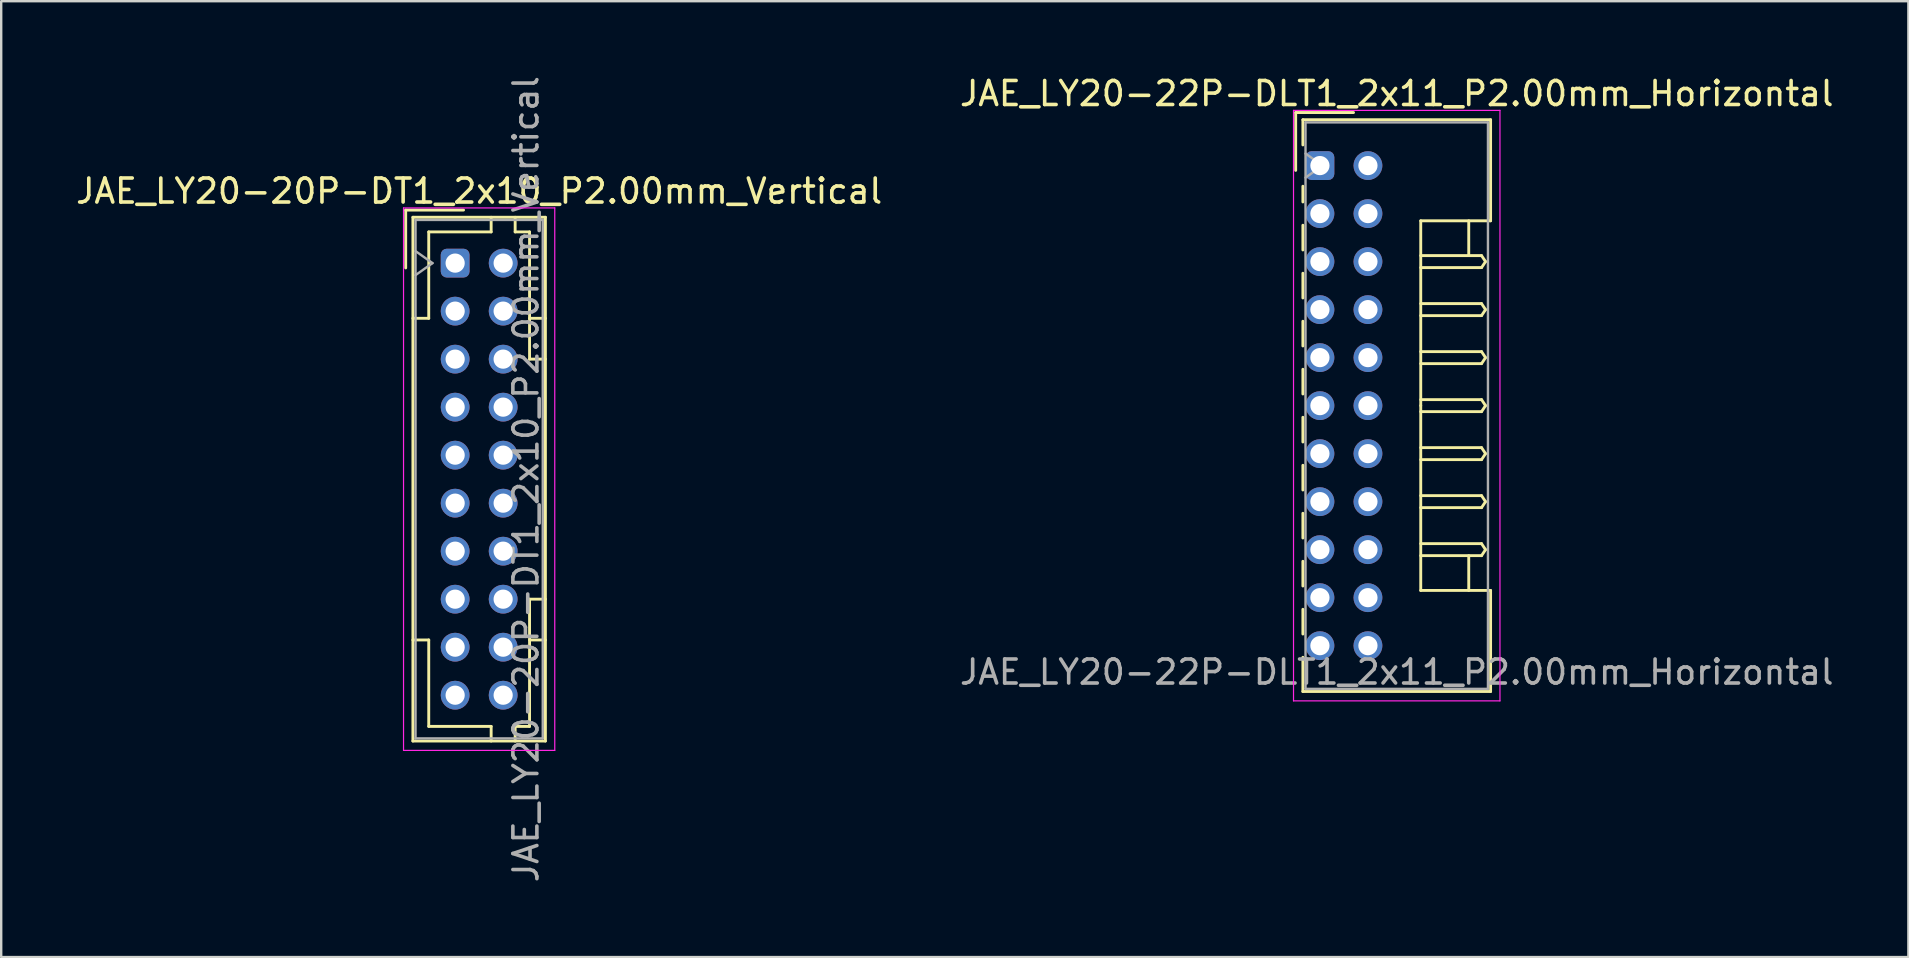
<source format=kicad_pcb>
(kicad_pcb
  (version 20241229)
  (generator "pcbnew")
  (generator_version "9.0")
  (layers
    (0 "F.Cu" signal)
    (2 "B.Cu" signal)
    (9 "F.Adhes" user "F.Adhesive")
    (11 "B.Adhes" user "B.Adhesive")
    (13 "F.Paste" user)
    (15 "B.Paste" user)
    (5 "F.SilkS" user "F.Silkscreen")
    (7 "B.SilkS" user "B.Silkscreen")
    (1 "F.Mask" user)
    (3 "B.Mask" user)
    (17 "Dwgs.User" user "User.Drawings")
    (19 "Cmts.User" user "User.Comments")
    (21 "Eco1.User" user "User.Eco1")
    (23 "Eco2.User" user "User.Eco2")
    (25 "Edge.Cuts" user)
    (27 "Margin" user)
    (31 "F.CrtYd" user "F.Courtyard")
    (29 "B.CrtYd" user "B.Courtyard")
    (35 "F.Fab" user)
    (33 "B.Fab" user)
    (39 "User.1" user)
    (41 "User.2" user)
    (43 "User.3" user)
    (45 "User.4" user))
  (footprint "JAE_LY20-20P-DT1_2x10_P2.00mm_Vertical"
    (layer "F.Cu")
    (at 15.911 7.911)
    (property "Reference" "JAE_LY20-20P-DT1_2x10_P2.00mm_Vertical" (at 1 -3 0) (layer "F.SilkS") (effects (font (size 1 1) (thickness 0.15))))
    (attr through_hole)
    (fp_line (start -2.06 -2.21) (end -2.06 0.2) (stroke (width 0.12) (type solid)) (layer "F.SilkS"))
    (fp_line (start -1.76 -1.91) (end -1.76 19.91) (stroke (width 0.12) (type solid)) (layer "F.SilkS"))
    (fp_line (start -1.76 19.91) (end 3.76 19.91) (stroke (width 0.12) (type solid)) (layer "F.SilkS"))
    (fp_line (start -1.1 -1.3) (end -1.1 2.3) (stroke (width 0.12) (type solid)) (layer "F.SilkS"))
    (fp_line (start -1.1 2.3) (end -1.76 2.3) (stroke (width 0.12) (type solid)) (layer "F.SilkS"))
    (fp_line (start -1.1 15.7) (end -1.76 15.7) (stroke (width 0.12) (type solid)) (layer "F.SilkS"))
    (fp_line (start -1.1 19.3) (end -1.1 15.7) (stroke (width 0.12) (type solid)) (layer "F.SilkS"))
    (fp_line (start 0.35 -2.21) (end -2.06 -2.21) (stroke (width 0.12) (type solid)) (layer "F.SilkS"))
    (fp_line (start 1.5 -1.91) (end 1.5 -1.3) (stroke (width 0.12) (type solid)) (layer "F.SilkS"))
    (fp_line (start 1.5 -1.3) (end -1.1 -1.3) (stroke (width 0.12) (type solid)) (layer "F.SilkS"))
    (fp_line (start 1.5 19.3) (end -1.1 19.3) (stroke (width 0.12) (type solid)) (layer "F.SilkS"))
    (fp_line (start 1.5 19.91) (end 1.5 19.3) (stroke (width 0.12) (type solid)) (layer "F.SilkS"))
    (fp_line (start 2.5 -1.91) (end 2.5 -1.3) (stroke (width 0.12) (type solid)) (layer "F.SilkS"))
    (fp_line (start 2.5 -1.3) (end 3.1 -1.3) (stroke (width 0.12) (type solid)) (layer "F.SilkS"))
    (fp_line (start 2.5 19.3) (end 3.1 19.3) (stroke (width 0.12) (type solid)) (layer "F.SilkS"))
    (fp_line (start 2.5 19.91) (end 2.5 19.3) (stroke (width 0.12) (type solid)) (layer "F.SilkS"))
    (fp_line (start 3.1 -1.3) (end 3.1 4) (stroke (width 0.12) (type solid)) (layer "F.SilkS"))
    (fp_line (start 3.1 4) (end 3.76 4) (stroke (width 0.12) (type solid)) (layer "F.SilkS"))
    (fp_line (start 3.1 14) (end 3.76 14) (stroke (width 0.12) (type solid)) (layer "F.SilkS"))
    (fp_line (start 3.1 19.3) (end 3.1 14) (stroke (width 0.12) (type solid)) (layer "F.SilkS"))
    (fp_line (start 3.76 -1.91) (end -1.76 -1.91) (stroke (width 0.12) (type solid)) (layer "F.SilkS"))
    (fp_line (start 3.76 2.3) (end 3.1 2.3) (stroke (width 0.12) (type solid)) (layer "F.SilkS"))
    (fp_line (start 3.76 15.7) (end 3.1 15.7) (stroke (width 0.12) (type solid)) (layer "F.SilkS"))
    (fp_line (start 3.76 19.91) (end 3.76 -1.91) (stroke (width 0.12) (type solid)) (layer "F.SilkS"))
    (fp_line (start -2.15 -2.3) (end -2.15 20.3) (stroke (width 0.05) (type solid)) (layer "F.CrtYd"))
    (fp_line (start -2.15 20.3) (end 4.15 20.3) (stroke (width 0.05) (type solid)) (layer "F.CrtYd"))
    (fp_line (start 4.15 -2.3) (end -2.15 -2.3) (stroke (width 0.05) (type solid)) (layer "F.CrtYd"))
    (fp_line (start 4.15 20.3) (end 4.15 -2.3) (stroke (width 0.05) (type solid)) (layer "F.CrtYd"))
    (fp_line (start -1.65 -1.8) (end -1.65 19.8) (stroke (width 0.1) (type solid)) (layer "F.Fab"))
    (fp_line (start -1.65 0.5) (end -0.943 0) (stroke (width 0.1) (type solid)) (layer "F.Fab"))
    (fp_line (start -1.65 19.8) (end 3.65 19.8) (stroke (width 0.1) (type solid)) (layer "F.Fab"))
    (fp_line (start -0.943 0) (end -1.65 -0.5) (stroke (width 0.1) (type solid)) (layer "F.Fab"))
    (fp_line (start 3.65 -1.8) (end -1.65 -1.8) (stroke (width 0.1) (type solid)) (layer "F.Fab"))
    (fp_line (start 3.65 19.8) (end 3.65 -1.8) (stroke (width 0.1) (type solid)) (layer "F.Fab"))
    (fp_text user "${REFERENCE}" (at 2.95 9 90) (layer "F.Fab") (effects (font (size 1 1) (thickness 0.15))))
    (pad "a1" thru_hole roundrect (at 0 0) (size 1.2 1.2) (drill 0.8) (layers "*.Cu" "*.Mask") (roundrect_rratio 0.208))
    (pad "a2" thru_hole circle (at 0 2) (size 1.2 1.2) (drill 0.8) (layers "*.Cu" "*.Mask"))
    (pad "a3" thru_hole circle (at 0 4) (size 1.2 1.2) (drill 0.8) (layers "*.Cu" "*.Mask"))
    (pad "a4" thru_hole circle (at 0 6) (size 1.2 1.2) (drill 0.8) (layers "*.Cu" "*.Mask"))
    (pad "a5" thru_hole circle (at 0 8) (size 1.2 1.2) (drill 0.8) (layers "*.Cu" "*.Mask"))
    (pad "a6" thru_hole circle (at 0 10) (size 1.2 1.2) (drill 0.8) (layers "*.Cu" "*.Mask"))
    (pad "a7" thru_hole circle (at 0 12) (size 1.2 1.2) (drill 0.8) (layers "*.Cu" "*.Mask"))
    (pad "a8" thru_hole circle (at 0 14) (size 1.2 1.2) (drill 0.8) (layers "*.Cu" "*.Mask"))
    (pad "a9" thru_hole circle (at 0 16) (size 1.2 1.2) (drill 0.8) (layers "*.Cu" "*.Mask"))
    (pad "a10" thru_hole circle (at 0 18) (size 1.2 1.2) (drill 0.8) (layers "*.Cu" "*.Mask"))
    (pad "b1" thru_hole circle (at 2 0) (size 1.2 1.2) (drill 0.8) (layers "*.Cu" "*.Mask"))
    (pad "b2" thru_hole circle (at 2 2) (size 1.2 1.2) (drill 0.8) (layers "*.Cu" "*.Mask"))
    (pad "b3" thru_hole circle (at 2 4) (size 1.2 1.2) (drill 0.8) (layers "*.Cu" "*.Mask"))
    (pad "b4" thru_hole circle (at 2 6) (size 1.2 1.2) (drill 0.8) (layers "*.Cu" "*.Mask"))
    (pad "b5" thru_hole circle (at 2 8) (size 1.2 1.2) (drill 0.8) (layers "*.Cu" "*.Mask"))
    (pad "b6" thru_hole circle (at 2 10) (size 1.2 1.2) (drill 0.8) (layers "*.Cu" "*.Mask"))
    (pad "b7" thru_hole circle (at 2 12) (size 1.2 1.2) (drill 0.8) (layers "*.Cu" "*.Mask"))
    (pad "b8" thru_hole circle (at 2 14) (size 1.2 1.2) (drill 0.8) (layers "*.Cu" "*.Mask"))
    (pad "b9" thru_hole circle (at 2 16) (size 1.2 1.2) (drill 0.8) (layers "*.Cu" "*.Mask"))
    (pad "b10" thru_hole circle (at 2 18) (size 1.2 1.2) (drill 0.8) (layers "*.Cu" "*.Mask")))
  (footprint "JAE_LY20-22P-DLT1_2x11_P2.00mm_Horizontal"
    (layer "F.Cu")
    (at 51.937 3.848)
    (property "Reference" "JAE_LY20-22P-DLT1_2x11_P2.00mm_Horizontal" (at 3.2 -3 0) (layer "F.SilkS") (effects (font (size 1 1) (thickness 0.15))))
    (attr through_hole)
    (fp_line (start -1.01 -2.21) (end -1.01 0.2) (stroke (width 0.12) (type solid)) (layer "F.SilkS"))
    (fp_line (start -0.71 -1.91) (end -0.71 -0.86) (stroke (width 0.12) (type solid)) (layer "F.SilkS"))
    (fp_line (start -0.71 -1.91) (end 7.11 -1.91) (stroke (width 0.12) (type solid)) (layer "F.SilkS"))
    (fp_line (start -0.71 0.86) (end -0.71 1.515) (stroke (width 0.12) (type solid)) (layer "F.SilkS"))
    (fp_line (start -0.71 2.485) (end -0.71 3.515) (stroke (width 0.12) (type solid)) (layer "F.SilkS"))
    (fp_line (start -0.71 4.485) (end -0.71 5.515) (stroke (width 0.12) (type solid)) (layer "F.SilkS"))
    (fp_line (start -0.71 6.485) (end -0.71 7.515) (stroke (width 0.12) (type solid)) (layer "F.SilkS"))
    (fp_line (start -0.71 8.485) (end -0.71 9.515) (stroke (width 0.12) (type solid)) (layer "F.SilkS"))
    (fp_line (start -0.71 10.485) (end -0.71 11.515) (stroke (width 0.12) (type solid)) (layer "F.SilkS"))
    (fp_line (start -0.71 12.485) (end -0.71 13.515) (stroke (width 0.12) (type solid)) (layer "F.SilkS"))
    (fp_line (start -0.71 14.485) (end -0.71 15.515) (stroke (width 0.12) (type solid)) (layer "F.SilkS"))
    (fp_line (start -0.71 16.485) (end -0.71 17.515) (stroke (width 0.12) (type solid)) (layer "F.SilkS"))
    (fp_line (start -0.71 18.485) (end -0.71 19.515) (stroke (width 0.12) (type solid)) (layer "F.SilkS"))
    (fp_line (start -0.71 20.485) (end -0.71 21.91) (stroke (width 0.12) (type solid)) (layer "F.SilkS"))
    (fp_line (start -0.71 21.91) (end 7.11 21.91) (stroke (width 0.12) (type solid)) (layer "F.SilkS"))
    (fp_line (start 1.4 -2.21) (end -1.01 -2.21) (stroke (width 0.12) (type solid)) (layer "F.SilkS"))
    (fp_line (start 4.2 2.3) (end 4.2 10) (stroke (width 0.12) (type solid)) (layer "F.SilkS"))
    (fp_line (start 4.2 3.75) (end 6.733 3.75) (stroke (width 0.12) (type solid)) (layer "F.SilkS"))
    (fp_line (start 4.2 5.75) (end 6.733 5.75) (stroke (width 0.12) (type solid)) (layer "F.SilkS"))
    (fp_line (start 4.2 7.75) (end 6.733 7.75) (stroke (width 0.12) (type solid)) (layer "F.SilkS"))
    (fp_line (start 4.2 9.75) (end 6.733 9.75) (stroke (width 0.12) (type solid)) (layer "F.SilkS"))
    (fp_line (start 4.2 11.75) (end 6.733 11.75) (stroke (width 0.12) (type solid)) (layer "F.SilkS"))
    (fp_line (start 4.2 13.75) (end 6.733 13.75) (stroke (width 0.12) (type solid)) (layer "F.SilkS"))
    (fp_line (start 4.2 15.75) (end 6.733 15.75) (stroke (width 0.12) (type solid)) (layer "F.SilkS"))
    (fp_line (start 4.2 17.7) (end 4.2 10) (stroke (width 0.12) (type solid)) (layer "F.SilkS"))
    (fp_line (start 6.2 2.3) (end 6.2 3.75) (stroke (width 0.12) (type solid)) (layer "F.SilkS"))
    (fp_line (start 6.2 17.7) (end 6.2 16.25) (stroke (width 0.12) (type solid)) (layer "F.SilkS"))
    (fp_line (start 6.733 3.75) (end 6.9 4) (stroke (width 0.12) (type solid)) (layer "F.SilkS"))
    (fp_line (start 6.733 4.25) (end 4.2 4.25) (stroke (width 0.12) (type solid)) (layer "F.SilkS"))
    (fp_line (start 6.733 5.75) (end 6.9 6) (stroke (width 0.12) (type solid)) (layer "F.SilkS"))
    (fp_line (start 6.733 6.25) (end 4.2 6.25) (stroke (width 0.12) (type solid)) (layer "F.SilkS"))
    (fp_line (start 6.733 7.75) (end 6.9 8) (stroke (width 0.12) (type solid)) (layer "F.SilkS"))
    (fp_line (start 6.733 8.25) (end 4.2 8.25) (stroke (width 0.12) (type solid)) (layer "F.SilkS"))
    (fp_line (start 6.733 9.75) (end 6.9 10) (stroke (width 0.12) (type solid)) (layer "F.SilkS"))
    (fp_line (start 6.733 10.25) (end 4.2 10.25) (stroke (width 0.12) (type solid)) (layer "F.SilkS"))
    (fp_line (start 6.733 11.75) (end 6.9 12) (stroke (width 0.12) (type solid)) (layer "F.SilkS"))
    (fp_line (start 6.733 12.25) (end 4.2 12.25) (stroke (width 0.12) (type solid)) (layer "F.SilkS"))
    (fp_line (start 6.733 13.75) (end 6.9 14) (stroke (width 0.12) (type solid)) (layer "F.SilkS"))
    (fp_line (start 6.733 14.25) (end 4.2 14.25) (stroke (width 0.12) (type solid)) (layer "F.SilkS"))
    (fp_line (start 6.733 15.75) (end 6.9 16) (stroke (width 0.12) (type solid)) (layer "F.SilkS"))
    (fp_line (start 6.733 16.25) (end 4.2 16.25) (stroke (width 0.12) (type solid)) (layer "F.SilkS"))
    (fp_line (start 6.9 4) (end 6.733 4.25) (stroke (width 0.12) (type solid)) (layer "F.SilkS"))
    (fp_line (start 6.9 6) (end 6.733 6.25) (stroke (width 0.12) (type solid)) (layer "F.SilkS"))
    (fp_line (start 6.9 8) (end 6.733 8.25) (stroke (width 0.12) (type solid)) (layer "F.SilkS"))
    (fp_line (start 6.9 10) (end 6.733 10.25) (stroke (width 0.12) (type solid)) (layer "F.SilkS"))
    (fp_line (start 6.9 12) (end 6.733 12.25) (stroke (width 0.12) (type solid)) (layer "F.SilkS"))
    (fp_line (start 6.9 14) (end 6.733 14.25) (stroke (width 0.12) (type solid)) (layer "F.SilkS"))
    (fp_line (start 6.9 16) (end 6.733 16.25) (stroke (width 0.12) (type solid)) (layer "F.SilkS"))
    (fp_line (start 7.11 -1.91) (end 7.11 2.3) (stroke (width 0.12) (type solid)) (layer "F.SilkS"))
    (fp_line (start 7.11 2.3) (end 4.2 2.3) (stroke (width 0.12) (type solid)) (layer "F.SilkS"))
    (fp_line (start 7.11 17.7) (end 4.2 17.7) (stroke (width 0.12) (type solid)) (layer "F.SilkS"))
    (fp_line (start 7.11 21.91) (end 7.11 17.7) (stroke (width 0.12) (type solid)) (layer "F.SilkS"))
    (fp_line (start -1.1 -2.3) (end -1.1 22.3) (stroke (width 0.05) (type solid)) (layer "F.CrtYd"))
    (fp_line (start -1.1 22.3) (end 7.5 22.3) (stroke (width 0.05) (type solid)) (layer "F.CrtYd"))
    (fp_line (start 7.5 -2.3) (end -1.1 -2.3) (stroke (width 0.05) (type solid)) (layer "F.CrtYd"))
    (fp_line (start 7.5 22.3) (end 7.5 -2.3) (stroke (width 0.05) (type solid)) (layer "F.CrtYd"))
    (fp_line (start -0.6 -1.8) (end -0.6 21.8) (stroke (width 0.1) (type solid)) (layer "F.Fab"))
    (fp_line (start -0.6 0.5) (end 0.107 0) (stroke (width 0.1) (type solid)) (layer "F.Fab"))
    (fp_line (start -0.6 21.8) (end 7 21.8) (stroke (width 0.1) (type solid)) (layer "F.Fab"))
    (fp_line (start 0.107 0) (end -0.6 -0.5) (stroke (width 0.1) (type solid)) (layer "F.Fab"))
    (fp_line (start 7 -1.8) (end -0.6 -1.8) (stroke (width 0.1) (type solid)) (layer "F.Fab"))
    (fp_line (start 7 21.8) (end 7 -1.8) (stroke (width 0.1) (type solid)) (layer "F.Fab"))
    (fp_text user "${REFERENCE}" (at 3.2 21.1 0) (layer "F.Fab") (effects (font (size 1 1) (thickness 0.15))))
    (pad "a1" thru_hole roundrect (at 0 0) (size 1.2 1.2) (drill 0.8) (layers "*.Cu" "*.Mask") (roundrect_rratio 0.208))
    (pad "a2" thru_hole circle (at 0 2) (size 1.2 1.2) (drill 0.8) (layers "*.Cu" "*.Mask"))
    (pad "a3" thru_hole circle (at 0 4) (size 1.2 1.2) (drill 0.8) (layers "*.Cu" "*.Mask"))
    (pad "a4" thru_hole circle (at 0 6) (size 1.2 1.2) (drill 0.8) (layers "*.Cu" "*.Mask"))
    (pad "a5" thru_hole circle (at 0 8) (size 1.2 1.2) (drill 0.8) (layers "*.Cu" "*.Mask"))
    (pad "a6" thru_hole circle (at 0 10) (size 1.2 1.2) (drill 0.8) (layers "*.Cu" "*.Mask"))
    (pad "a7" thru_hole circle (at 0 12) (size 1.2 1.2) (drill 0.8) (layers "*.Cu" "*.Mask"))
    (pad "a8" thru_hole circle (at 0 14) (size 1.2 1.2) (drill 0.8) (layers "*.Cu" "*.Mask"))
    (pad "a9" thru_hole circle (at 0 16) (size 1.2 1.2) (drill 0.8) (layers "*.Cu" "*.Mask"))
    (pad "a10" thru_hole circle (at 0 18) (size 1.2 1.2) (drill 0.8) (layers "*.Cu" "*.Mask"))
    (pad "a11" thru_hole circle (at 0 20) (size 1.2 1.2) (drill 0.8) (layers "*.Cu" "*.Mask"))
    (pad "b1" thru_hole circle (at 2 0) (size 1.2 1.2) (drill 0.8) (layers "*.Cu" "*.Mask"))
    (pad "b2" thru_hole circle (at 2 2) (size 1.2 1.2) (drill 0.8) (layers "*.Cu" "*.Mask"))
    (pad "b3" thru_hole circle (at 2 4) (size 1.2 1.2) (drill 0.8) (layers "*.Cu" "*.Mask"))
    (pad "b4" thru_hole circle (at 2 6) (size 1.2 1.2) (drill 0.8) (layers "*.Cu" "*.Mask"))
    (pad "b5" thru_hole circle (at 2 8) (size 1.2 1.2) (drill 0.8) (layers "*.Cu" "*.Mask"))
    (pad "b6" thru_hole circle (at 2 10) (size 1.2 1.2) (drill 0.8) (layers "*.Cu" "*.Mask"))
    (pad "b7" thru_hole circle (at 2 12) (size 1.2 1.2) (drill 0.8) (layers "*.Cu" "*.Mask"))
    (pad "b8" thru_hole circle (at 2 14) (size 1.2 1.2) (drill 0.8) (layers "*.Cu" "*.Mask"))
    (pad "b9" thru_hole circle (at 2 16) (size 1.2 1.2) (drill 0.8) (layers "*.Cu" "*.Mask"))
    (pad "b10" thru_hole circle (at 2 18) (size 1.2 1.2) (drill 0.8) (layers "*.Cu" "*.Mask"))
    (pad "b11" thru_hole circle (at 2 20) (size 1.2 1.2) (drill 0.8) (layers "*.Cu" "*.Mask")))
  (gr_rect
    (start -3 -3)
    (end 76.452 36.821)
    (stroke (width 0.1) (type default))
    (fill no)
    (layer "Edge.Cuts")))
</source>
